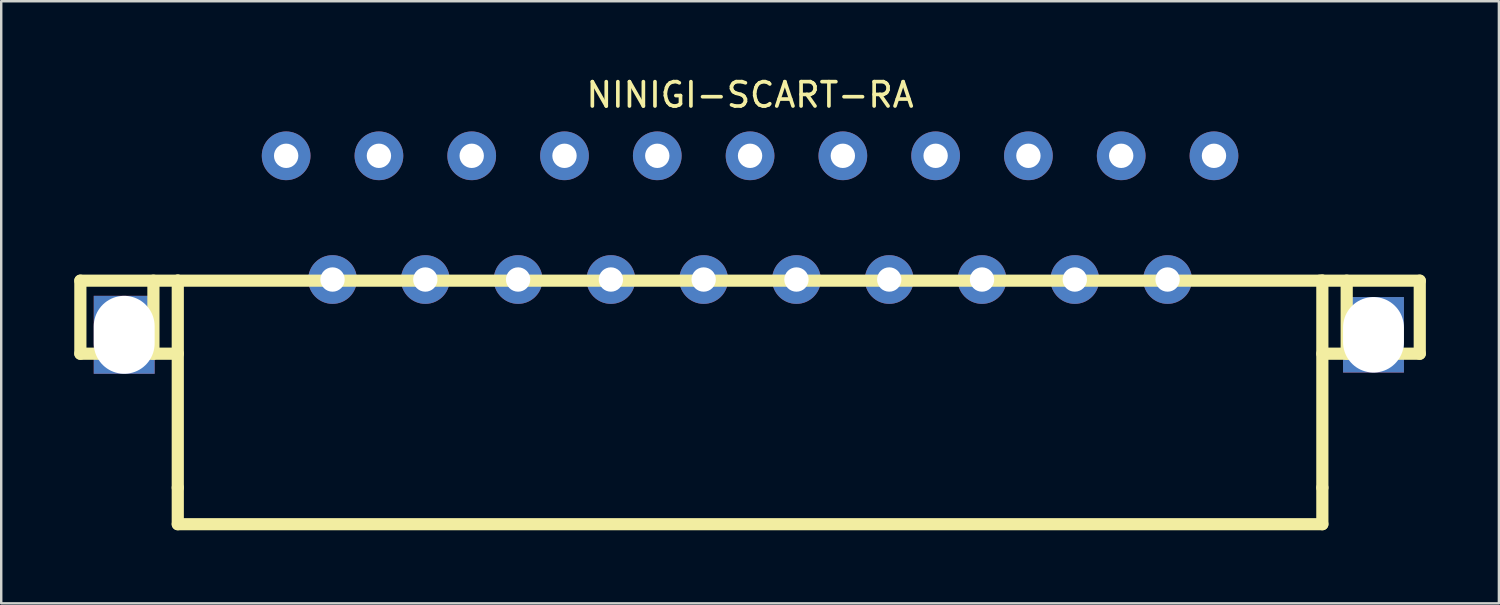
<source format=kicad_pcb>
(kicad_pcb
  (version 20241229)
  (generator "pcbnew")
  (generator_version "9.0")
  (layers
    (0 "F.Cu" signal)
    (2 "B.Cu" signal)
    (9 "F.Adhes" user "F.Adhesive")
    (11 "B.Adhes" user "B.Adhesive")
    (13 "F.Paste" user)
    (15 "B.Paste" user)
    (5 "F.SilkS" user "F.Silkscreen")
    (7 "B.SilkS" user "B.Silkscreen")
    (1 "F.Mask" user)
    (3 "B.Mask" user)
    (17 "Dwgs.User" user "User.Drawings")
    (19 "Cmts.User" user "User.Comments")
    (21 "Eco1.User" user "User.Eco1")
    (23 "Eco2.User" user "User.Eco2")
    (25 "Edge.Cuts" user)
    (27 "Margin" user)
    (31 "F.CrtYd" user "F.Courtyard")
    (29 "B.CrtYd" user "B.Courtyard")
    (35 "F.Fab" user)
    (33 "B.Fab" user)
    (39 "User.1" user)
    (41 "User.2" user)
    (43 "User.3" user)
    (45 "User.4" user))
  (footprint "NINIGI-SCART-RA"
    (layer "F.Cu")
    (at 27.75 3.348)
    (property "Reference" "NINIGI-SCART-RA" (at 0 -2.5 0) (layer "F.SilkS") (effects (font (size 1 1) (thickness 0.15))))
    (attr through_hole)
    (fp_line (start -27.5 5.127) (end -23.5 5.127) (stroke (width 0.5) (type solid)) (layer "F.SilkS"))
    (fp_line (start -27.5 8.127) (end -27.5 5.127) (stroke (width 0.5) (type solid)) (layer "F.SilkS"))
    (fp_line (start -27.5 8.127) (end -23.5 8.127) (stroke (width 0.5) (type solid)) (layer "F.SilkS"))
    (fp_line (start -24.5 8.127) (end -24.5 5.127) (stroke (width 0.5) (type solid)) (layer "F.SilkS"))
    (fp_line (start -23.5 5.127) (end 23.5 5.127) (stroke (width 0.5) (type solid)) (layer "F.SilkS"))
    (fp_line (start -23.5 13.627) (end -23.5 5.127) (stroke (width 0.5) (type solid)) (layer "F.SilkS"))
    (fp_line (start -23.5 15.127) (end -23.5 13.627) (stroke (width 0.5) (type solid)) (layer "F.SilkS"))
    (fp_line (start -23.5 15.127) (end 23.5 15.127) (stroke (width 0.5) (type solid)) (layer "F.SilkS"))
    (fp_line (start 23.4 5.127) (end 27.5 5.127) (stroke (width 0.5) (type solid)) (layer "F.SilkS"))
    (fp_line (start 23.5 5.127) (end 23.5 13.627) (stroke (width 0.5) (type solid)) (layer "F.SilkS"))
    (fp_line (start 23.5 15.127) (end 23.5 13.627) (stroke (width 0.5) (type solid)) (layer "F.SilkS"))
    (fp_line (start 24.5 5.127) (end 24.5 8.127) (stroke (width 0.5) (type solid)) (layer "F.SilkS"))
    (fp_line (start 27.5 8.127) (end 23.5 8.127) (stroke (width 0.5) (type solid)) (layer "F.SilkS"))
    (fp_line (start 27.5 8.127) (end 27.5 5.127) (stroke (width 0.5) (type solid)) (layer "F.SilkS"))
    (pad "" np_thru_hole rect (at -25.7 7.35) (size 2.5 3.2) (drill oval 2.5 3.2) (layers "*.Cu" "*.Mask"))
    (pad "" np_thru_hole rect (at 25.6 7.35) (size 2.5 3.1) (drill oval 2.5 3.1) (layers "*.Cu" "*.Mask"))
    (pad "1" thru_hole circle (at 19.05 0) (size 2 2) (drill 1) (layers "*.Cu" "*.Mask"))
    (pad "2" thru_hole circle (at 17.145 5.08) (size 2 2) (drill 1) (layers "*.Cu" "*.Mask"))
    (pad "3" thru_hole circle (at 15.24 0) (size 2 2) (drill 1) (layers "*.Cu" "*.Mask"))
    (pad "4" thru_hole circle (at 13.335 5.08) (size 2 2) (drill 1) (layers "*.Cu" "*.Mask"))
    (pad "5" thru_hole circle (at 11.43 0) (size 2 2) (drill 1) (layers "*.Cu" "*.Mask"))
    (pad "6" thru_hole circle (at 9.525 5.08) (size 2 2) (drill 1) (layers "*.Cu" "*.Mask"))
    (pad "7" thru_hole circle (at 7.62 0) (size 2 2) (drill 1) (layers "*.Cu" "*.Mask"))
    (pad "8" thru_hole circle (at 5.715 5.08) (size 2 2) (drill 1) (layers "*.Cu" "*.Mask"))
    (pad "9" thru_hole circle (at 3.81 0) (size 2 2) (drill 1) (layers "*.Cu" "*.Mask"))
    (pad "10" thru_hole circle (at 1.905 5.08) (size 2 2) (drill 1) (layers "*.Cu" "*.Mask"))
    (pad "11" thru_hole circle (at 0 0) (size 2 2) (drill 1) (layers "*.Cu" "*.Mask"))
    (pad "12" thru_hole circle (at -1.905 5.08) (size 2 2) (drill 1) (layers "*.Cu" "*.Mask"))
    (pad "13" thru_hole circle (at -3.81 0) (size 2 2) (drill 1) (layers "*.Cu" "*.Mask"))
    (pad "14" thru_hole circle (at -5.715 5.08) (size 2 2) (drill 1) (layers "*.Cu" "*.Mask"))
    (pad "15" thru_hole circle (at -7.62 0) (size 2 2) (drill 1) (layers "*.Cu" "*.Mask"))
    (pad "16" thru_hole circle (at -9.525 5.08) (size 2 2) (drill 1) (layers "*.Cu" "*.Mask"))
    (pad "17" thru_hole circle (at -11.43 0) (size 2 2) (drill 1) (layers "*.Cu" "*.Mask"))
    (pad "18" thru_hole circle (at -13.335 5.08) (size 2 2) (drill 1) (layers "*.Cu" "*.Mask"))
    (pad "19" thru_hole circle (at -15.24 0) (size 2 2) (drill 1) (layers "*.Cu" "*.Mask"))
    (pad "20" thru_hole circle (at -17.145 5.08) (size 2 2) (drill 1) (layers "*.Cu" "*.Mask"))
    (pad "21" thru_hole circle (at -19.05 0) (size 2 2) (drill 1) (layers "*.Cu" "*.Mask")))
  (gr_rect
    (start -3 -3)
    (end 58.5 21.725)
    (stroke (width 0.1) (type default))
    (fill no)
    (layer "Edge.Cuts")))
</source>
